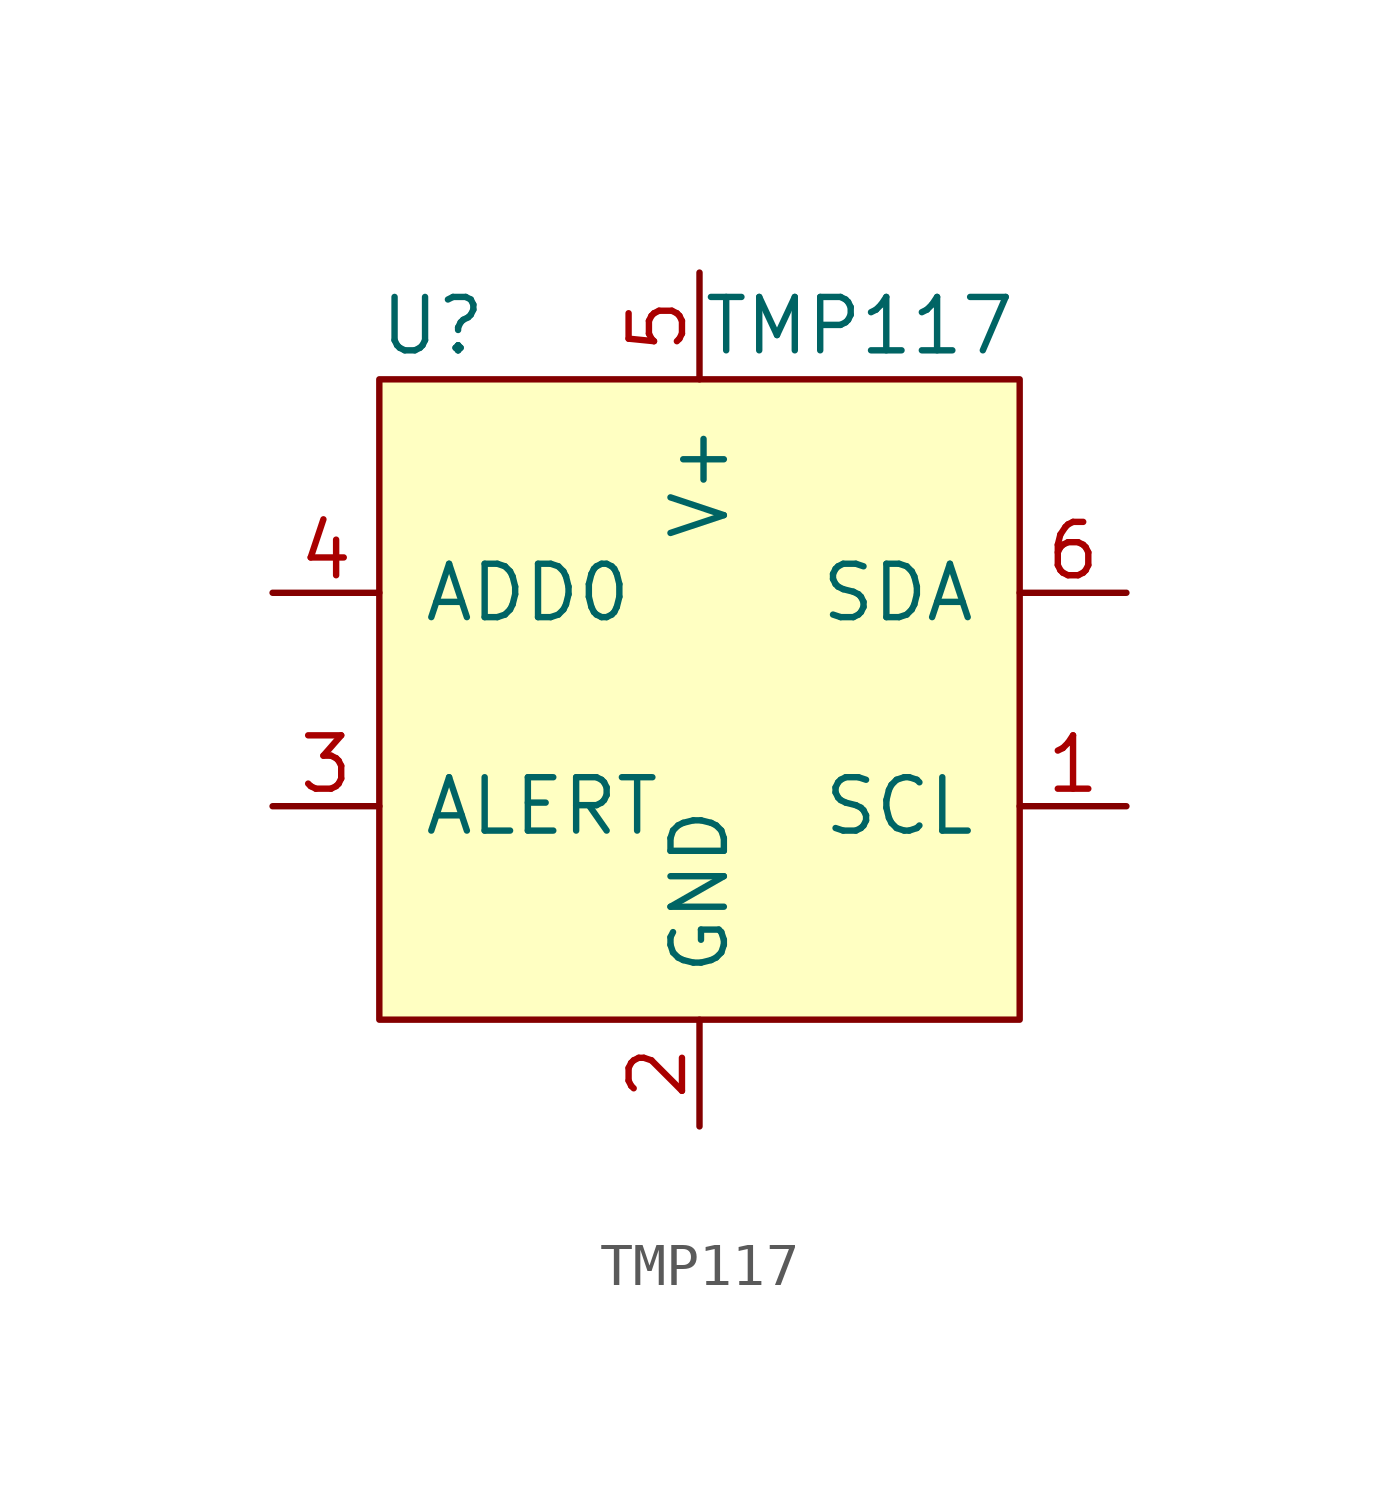
<source format=kicad_sym>
(kicad_symbol_lib
  (version 20211014)
  (generator kicad_symbol_editor)
  (symbol "TMP117"
    (pin_names
      (offset 1.016))
    (property "Reference" "U"
      (at -6.35 8.89 0)
      (effects (font (size 1.27 1.27))))
    (property "Value" "TMP117"
      (at 3.81 8.89 0)
      (effects (font (size 1.27 1.27))))
    (symbol "TMP117_0_1"
      (rectangle (start -7.62 7.62) (end 7.62 -7.62) (stroke (width 0) (type default) (color 0 0 0 0)) (fill (type background))))
    (symbol "TMP117_1_1"
      (pin input line (at 10.16 -2.54 180) (length 2.54) (name "SCL" (effects (font (size 1.27 1.27)))) (number "1" (effects (font (size 1.27 1.27)))))
      (pin power_in line (at 0 -10.16 90) (length 2.54) (name "GND" (effects (font (size 1.27 1.27)))) (number "2" (effects (font (size 1.27 1.27)))))
      (pin open_collector line (at -10.16 -2.54 0) (length 2.54) (name "ALERT" (effects (font (size 1.27 1.27)))) (number "3" (effects (font (size 1.27 1.27)))))
      (pin input line (at -10.16 2.54 0) (length 2.54) (name "ADD0" (effects (font (size 1.27 1.27)))) (number "4" (effects (font (size 1.27 1.27)))))
      (pin power_in line (at 0 10.16 270) (length 2.54) (name "V+" (effects (font (size 1.27 1.27)))) (number "5" (effects (font (size 1.27 1.27)))))
      (pin bidirectional line (at 10.16 2.54 180) (length 2.54) (name "SDA" (effects (font (size 1.27 1.27)))) (number "6" (effects (font (size 1.27 1.27))))))))
</source>
